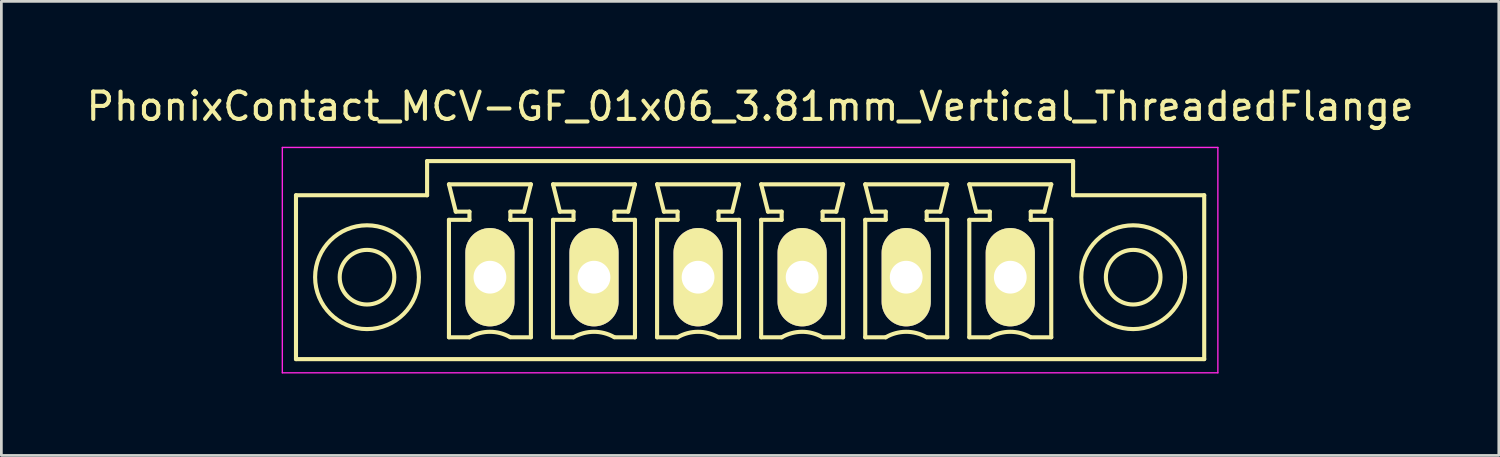
<source format=kicad_pcb>
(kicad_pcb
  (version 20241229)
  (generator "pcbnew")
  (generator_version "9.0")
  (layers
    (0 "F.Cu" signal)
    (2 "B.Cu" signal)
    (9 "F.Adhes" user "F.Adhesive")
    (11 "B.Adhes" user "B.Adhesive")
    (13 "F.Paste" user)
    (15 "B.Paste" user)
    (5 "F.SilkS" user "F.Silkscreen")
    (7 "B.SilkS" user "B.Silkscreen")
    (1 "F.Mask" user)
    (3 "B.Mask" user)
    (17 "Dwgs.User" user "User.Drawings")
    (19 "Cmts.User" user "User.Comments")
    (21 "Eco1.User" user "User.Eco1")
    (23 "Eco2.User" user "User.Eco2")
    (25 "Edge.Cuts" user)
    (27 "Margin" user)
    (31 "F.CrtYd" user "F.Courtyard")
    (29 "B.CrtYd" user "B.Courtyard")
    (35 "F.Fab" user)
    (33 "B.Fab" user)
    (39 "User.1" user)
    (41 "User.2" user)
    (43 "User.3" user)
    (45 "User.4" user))
  (footprint "PhonixContact_MCV-GF_01x06_3.81mm_Vertical_ThreadedFlange"
    (layer "F.Cu")
    (at 14.886 7.098)
    (property "Reference" "PhonixContact_MCV-GF_01x06_3.81mm_Vertical_ThreadedFlange" (at 9.525 -6.25 0) (layer "F.SilkS") (effects (font (size 1 1) (thickness 0.15))))
    (attr through_hole)
    (fp_line (start -7.1 -3) (end -7.1 3) (stroke (width 0.15) (type solid)) (layer "F.SilkS"))
    (fp_line (start -7.1 3) (end 26.15 3) (stroke (width 0.15) (type solid)) (layer "F.SilkS"))
    (fp_line (start -2.3 -4.25) (end -2.3 -3) (stroke (width 0.15) (type solid)) (layer "F.SilkS"))
    (fp_line (start -2.3 -3) (end -7.1 -3) (stroke (width 0.15) (type solid)) (layer "F.SilkS"))
    (fp_line (start -1.5 -3.4) (end 1.5 -3.4) (stroke (width 0.15) (type solid)) (layer "F.SilkS"))
    (fp_line (start -1.5 -2.1) (end -0.75 -2.1) (stroke (width 0.15) (type solid)) (layer "F.SilkS"))
    (fp_line (start -1.5 2.2) (end -1.5 -2.1) (stroke (width 0.15) (type solid)) (layer "F.SilkS"))
    (fp_line (start -1.25 -2.4) (end -1.5 -3.4) (stroke (width 0.15) (type solid)) (layer "F.SilkS"))
    (fp_line (start -0.75 -2.4) (end -1.25 -2.4) (stroke (width 0.15) (type solid)) (layer "F.SilkS"))
    (fp_line (start -0.75 -2.1) (end -0.75 -2.4) (stroke (width 0.15) (type solid)) (layer "F.SilkS"))
    (fp_line (start -0.75 2.2) (end -1.5 2.2) (stroke (width 0.15) (type solid)) (layer "F.SilkS"))
    (fp_line (start 0.75 -2.4) (end 0.75 -2.1) (stroke (width 0.15) (type solid)) (layer "F.SilkS"))
    (fp_line (start 0.75 -2.1) (end 0.75 -2.1) (stroke (width 0.15) (type solid)) (layer "F.SilkS"))
    (fp_line (start 0.75 -2.1) (end 1.5 -2.1) (stroke (width 0.15) (type solid)) (layer "F.SilkS"))
    (fp_line (start 1.25 -2.4) (end 0.75 -2.4) (stroke (width 0.15) (type solid)) (layer "F.SilkS"))
    (fp_line (start 1.5 -3.4) (end 1.25 -2.4) (stroke (width 0.15) (type solid)) (layer "F.SilkS"))
    (fp_line (start 1.5 -2.1) (end 1.5 2.2) (stroke (width 0.15) (type solid)) (layer "F.SilkS"))
    (fp_line (start 1.5 2.2) (end 0.75 2.2) (stroke (width 0.15) (type solid)) (layer "F.SilkS"))
    (fp_line (start 2.31 -3.4) (end 5.31 -3.4) (stroke (width 0.15) (type solid)) (layer "F.SilkS"))
    (fp_line (start 2.31 -2.1) (end 3.06 -2.1) (stroke (width 0.15) (type solid)) (layer "F.SilkS"))
    (fp_line (start 2.31 2.2) (end 2.31 -2.1) (stroke (width 0.15) (type solid)) (layer "F.SilkS"))
    (fp_line (start 2.56 -2.4) (end 2.31 -3.4) (stroke (width 0.15) (type solid)) (layer "F.SilkS"))
    (fp_line (start 3.06 -2.4) (end 2.56 -2.4) (stroke (width 0.15) (type solid)) (layer "F.SilkS"))
    (fp_line (start 3.06 -2.1) (end 3.06 -2.4) (stroke (width 0.15) (type solid)) (layer "F.SilkS"))
    (fp_line (start 3.06 2.2) (end 2.31 2.2) (stroke (width 0.15) (type solid)) (layer "F.SilkS"))
    (fp_line (start 4.56 -2.4) (end 4.56 -2.1) (stroke (width 0.15) (type solid)) (layer "F.SilkS"))
    (fp_line (start 4.56 -2.1) (end 4.56 -2.1) (stroke (width 0.15) (type solid)) (layer "F.SilkS"))
    (fp_line (start 4.56 -2.1) (end 5.31 -2.1) (stroke (width 0.15) (type solid)) (layer "F.SilkS"))
    (fp_line (start 5.06 -2.4) (end 4.56 -2.4) (stroke (width 0.15) (type solid)) (layer "F.SilkS"))
    (fp_line (start 5.31 -3.4) (end 5.06 -2.4) (stroke (width 0.15) (type solid)) (layer "F.SilkS"))
    (fp_line (start 5.31 -2.1) (end 5.31 2.2) (stroke (width 0.15) (type solid)) (layer "F.SilkS"))
    (fp_line (start 5.31 2.2) (end 4.56 2.2) (stroke (width 0.15) (type solid)) (layer "F.SilkS"))
    (fp_line (start 6.12 -3.4) (end 9.12 -3.4) (stroke (width 0.15) (type solid)) (layer "F.SilkS"))
    (fp_line (start 6.12 -2.1) (end 6.87 -2.1) (stroke (width 0.15) (type solid)) (layer "F.SilkS"))
    (fp_line (start 6.12 2.2) (end 6.12 -2.1) (stroke (width 0.15) (type solid)) (layer "F.SilkS"))
    (fp_line (start 6.37 -2.4) (end 6.12 -3.4) (stroke (width 0.15) (type solid)) (layer "F.SilkS"))
    (fp_line (start 6.87 -2.4) (end 6.37 -2.4) (stroke (width 0.15) (type solid)) (layer "F.SilkS"))
    (fp_line (start 6.87 -2.1) (end 6.87 -2.4) (stroke (width 0.15) (type solid)) (layer "F.SilkS"))
    (fp_line (start 6.87 2.2) (end 6.12 2.2) (stroke (width 0.15) (type solid)) (layer "F.SilkS"))
    (fp_line (start 8.37 -2.4) (end 8.37 -2.1) (stroke (width 0.15) (type solid)) (layer "F.SilkS"))
    (fp_line (start 8.37 -2.1) (end 8.37 -2.1) (stroke (width 0.15) (type solid)) (layer "F.SilkS"))
    (fp_line (start 8.37 -2.1) (end 9.12 -2.1) (stroke (width 0.15) (type solid)) (layer "F.SilkS"))
    (fp_line (start 8.87 -2.4) (end 8.37 -2.4) (stroke (width 0.15) (type solid)) (layer "F.SilkS"))
    (fp_line (start 9.12 -3.4) (end 8.87 -2.4) (stroke (width 0.15) (type solid)) (layer "F.SilkS"))
    (fp_line (start 9.12 -2.1) (end 9.12 2.2) (stroke (width 0.15) (type solid)) (layer "F.SilkS"))
    (fp_line (start 9.12 2.2) (end 8.37 2.2) (stroke (width 0.15) (type solid)) (layer "F.SilkS"))
    (fp_line (start 9.93 -3.4) (end 12.93 -3.4) (stroke (width 0.15) (type solid)) (layer "F.SilkS"))
    (fp_line (start 9.93 -2.1) (end 10.68 -2.1) (stroke (width 0.15) (type solid)) (layer "F.SilkS"))
    (fp_line (start 9.93 2.2) (end 9.93 -2.1) (stroke (width 0.15) (type solid)) (layer "F.SilkS"))
    (fp_line (start 10.18 -2.4) (end 9.93 -3.4) (stroke (width 0.15) (type solid)) (layer "F.SilkS"))
    (fp_line (start 10.68 -2.4) (end 10.18 -2.4) (stroke (width 0.15) (type solid)) (layer "F.SilkS"))
    (fp_line (start 10.68 -2.1) (end 10.68 -2.4) (stroke (width 0.15) (type solid)) (layer "F.SilkS"))
    (fp_line (start 10.68 2.2) (end 9.93 2.2) (stroke (width 0.15) (type solid)) (layer "F.SilkS"))
    (fp_line (start 12.18 -2.4) (end 12.18 -2.1) (stroke (width 0.15) (type solid)) (layer "F.SilkS"))
    (fp_line (start 12.18 -2.1) (end 12.18 -2.1) (stroke (width 0.15) (type solid)) (layer "F.SilkS"))
    (fp_line (start 12.18 -2.1) (end 12.93 -2.1) (stroke (width 0.15) (type solid)) (layer "F.SilkS"))
    (fp_line (start 12.68 -2.4) (end 12.18 -2.4) (stroke (width 0.15) (type solid)) (layer "F.SilkS"))
    (fp_line (start 12.93 -3.4) (end 12.68 -2.4) (stroke (width 0.15) (type solid)) (layer "F.SilkS"))
    (fp_line (start 12.93 -2.1) (end 12.93 2.2) (stroke (width 0.15) (type solid)) (layer "F.SilkS"))
    (fp_line (start 12.93 2.2) (end 12.18 2.2) (stroke (width 0.15) (type solid)) (layer "F.SilkS"))
    (fp_line (start 13.74 -3.4) (end 16.74 -3.4) (stroke (width 0.15) (type solid)) (layer "F.SilkS"))
    (fp_line (start 13.74 -2.1) (end 14.49 -2.1) (stroke (width 0.15) (type solid)) (layer "F.SilkS"))
    (fp_line (start 13.74 2.2) (end 13.74 -2.1) (stroke (width 0.15) (type solid)) (layer "F.SilkS"))
    (fp_line (start 13.99 -2.4) (end 13.74 -3.4) (stroke (width 0.15) (type solid)) (layer "F.SilkS"))
    (fp_line (start 14.49 -2.4) (end 13.99 -2.4) (stroke (width 0.15) (type solid)) (layer "F.SilkS"))
    (fp_line (start 14.49 -2.1) (end 14.49 -2.4) (stroke (width 0.15) (type solid)) (layer "F.SilkS"))
    (fp_line (start 14.49 2.2) (end 13.74 2.2) (stroke (width 0.15) (type solid)) (layer "F.SilkS"))
    (fp_line (start 15.99 -2.4) (end 15.99 -2.1) (stroke (width 0.15) (type solid)) (layer "F.SilkS"))
    (fp_line (start 15.99 -2.1) (end 15.99 -2.1) (stroke (width 0.15) (type solid)) (layer "F.SilkS"))
    (fp_line (start 15.99 -2.1) (end 16.74 -2.1) (stroke (width 0.15) (type solid)) (layer "F.SilkS"))
    (fp_line (start 16.49 -2.4) (end 15.99 -2.4) (stroke (width 0.15) (type solid)) (layer "F.SilkS"))
    (fp_line (start 16.74 -3.4) (end 16.49 -2.4) (stroke (width 0.15) (type solid)) (layer "F.SilkS"))
    (fp_line (start 16.74 -2.1) (end 16.74 2.2) (stroke (width 0.15) (type solid)) (layer "F.SilkS"))
    (fp_line (start 16.74 2.2) (end 15.99 2.2) (stroke (width 0.15) (type solid)) (layer "F.SilkS"))
    (fp_line (start 17.55 -3.4) (end 20.55 -3.4) (stroke (width 0.15) (type solid)) (layer "F.SilkS"))
    (fp_line (start 17.55 -2.1) (end 18.3 -2.1) (stroke (width 0.15) (type solid)) (layer "F.SilkS"))
    (fp_line (start 17.55 2.2) (end 17.55 -2.1) (stroke (width 0.15) (type solid)) (layer "F.SilkS"))
    (fp_line (start 17.8 -2.4) (end 17.55 -3.4) (stroke (width 0.15) (type solid)) (layer "F.SilkS"))
    (fp_line (start 18.3 -2.4) (end 17.8 -2.4) (stroke (width 0.15) (type solid)) (layer "F.SilkS"))
    (fp_line (start 18.3 -2.1) (end 18.3 -2.4) (stroke (width 0.15) (type solid)) (layer "F.SilkS"))
    (fp_line (start 18.3 2.2) (end 17.55 2.2) (stroke (width 0.15) (type solid)) (layer "F.SilkS"))
    (fp_line (start 19.8 -2.4) (end 19.8 -2.1) (stroke (width 0.15) (type solid)) (layer "F.SilkS"))
    (fp_line (start 19.8 -2.1) (end 19.8 -2.1) (stroke (width 0.15) (type solid)) (layer "F.SilkS"))
    (fp_line (start 19.8 -2.1) (end 20.55 -2.1) (stroke (width 0.15) (type solid)) (layer "F.SilkS"))
    (fp_line (start 20.3 -2.4) (end 19.8 -2.4) (stroke (width 0.15) (type solid)) (layer "F.SilkS"))
    (fp_line (start 20.55 -3.4) (end 20.3 -2.4) (stroke (width 0.15) (type solid)) (layer "F.SilkS"))
    (fp_line (start 20.55 -2.1) (end 20.55 2.2) (stroke (width 0.15) (type solid)) (layer "F.SilkS"))
    (fp_line (start 20.55 2.2) (end 19.8 2.2) (stroke (width 0.15) (type solid)) (layer "F.SilkS"))
    (fp_line (start 21.35 -4.25) (end -2.3 -4.25) (stroke (width 0.15) (type solid)) (layer "F.SilkS"))
    (fp_line (start 21.35 -3) (end 21.35 -4.25) (stroke (width 0.15) (type solid)) (layer "F.SilkS"))
    (fp_line (start 26.15 -3) (end 21.35 -3) (stroke (width 0.15) (type solid)) (layer "F.SilkS"))
    (fp_line (start 26.15 3) (end 26.15 -3) (stroke (width 0.15) (type solid)) (layer "F.SilkS"))
    (fp_arc (start -0.75 2.2) (mid -0.006068 1.999179) (end 0.739464 2.193978) (stroke (width 0.15) (type solid)) (layer "F.SilkS"))
    (fp_arc (start 3.06 2.2) (mid 3.803932 1.999179) (end 4.549464 2.193978) (stroke (width 0.15) (type solid)) (layer "F.SilkS"))
    (fp_arc (start 6.87 2.2) (mid 7.613932 1.999179) (end 8.359464 2.193978) (stroke (width 0.15) (type solid)) (layer "F.SilkS"))
    (fp_arc (start 10.68 2.2) (mid 11.423932 1.999179) (end 12.169464 2.193978) (stroke (width 0.15) (type solid)) (layer "F.SilkS"))
    (fp_arc (start 14.49 2.2) (mid 15.233932 1.999179) (end 15.979464 2.193978) (stroke (width 0.15) (type solid)) (layer "F.SilkS"))
    (fp_arc (start 18.3 2.2) (mid 19.043932 1.999179) (end 19.789464 2.193978) (stroke (width 0.15) (type solid)) (layer "F.SilkS"))
    (fp_circle (center -4.5 0) (end -3.5 0) (stroke (width 0.15) (type solid)) (fill no) (layer "F.SilkS"))
    (fp_circle (center -4.5 0) (end -2.6 0) (stroke (width 0.15) (type solid)) (fill no) (layer "F.SilkS"))
    (fp_circle (center 23.55 0) (end 24.55 0) (stroke (width 0.15) (type solid)) (fill no) (layer "F.SilkS"))
    (fp_circle (center 23.55 0) (end 25.45 0) (stroke (width 0.15) (type solid)) (fill no) (layer "F.SilkS"))
    (fp_line (start -7.6 -4.75) (end -7.6 3.5) (stroke (width 0.05) (type solid)) (layer "F.CrtYd"))
    (fp_line (start -7.6 3.5) (end 26.65 3.5) (stroke (width 0.05) (type solid)) (layer "F.CrtYd"))
    (fp_line (start 26.65 -4.75) (end -7.6 -4.75) (stroke (width 0.05) (type solid)) (layer "F.CrtYd"))
    (fp_line (start 26.65 3.5) (end 26.65 -4.75) (stroke (width 0.05) (type solid)) (layer "F.CrtYd"))
    (pad "1" thru_hole oval (at 0 0) (size 1.8 3.6) (drill 1.2) (layers "*.Cu" "*.Mask" "F.SilkS"))
    (pad "2" thru_hole oval (at 3.81 0) (size 1.8 3.6) (drill 1.2) (layers "*.Cu" "*.Mask" "F.SilkS"))
    (pad "3" thru_hole oval (at 7.62 0) (size 1.8 3.6) (drill 1.2) (layers "*.Cu" "*.Mask" "F.SilkS"))
    (pad "4" thru_hole oval (at 11.43 0) (size 1.8 3.6) (drill 1.2) (layers "*.Cu" "*.Mask" "F.SilkS"))
    (pad "5" thru_hole oval (at 15.24 0) (size 1.8 3.6) (drill 1.2) (layers "*.Cu" "*.Mask" "F.SilkS"))
    (pad "6" thru_hole oval (at 19.05 0) (size 1.8 3.6) (drill 1.2) (layers "*.Cu" "*.Mask" "F.SilkS")))
  (gr_rect
    (start -3 -3)
    (end 51.821 13.623)
    (stroke (width 0.1) (type default))
    (fill no)
    (layer "Edge.Cuts")))
</source>
